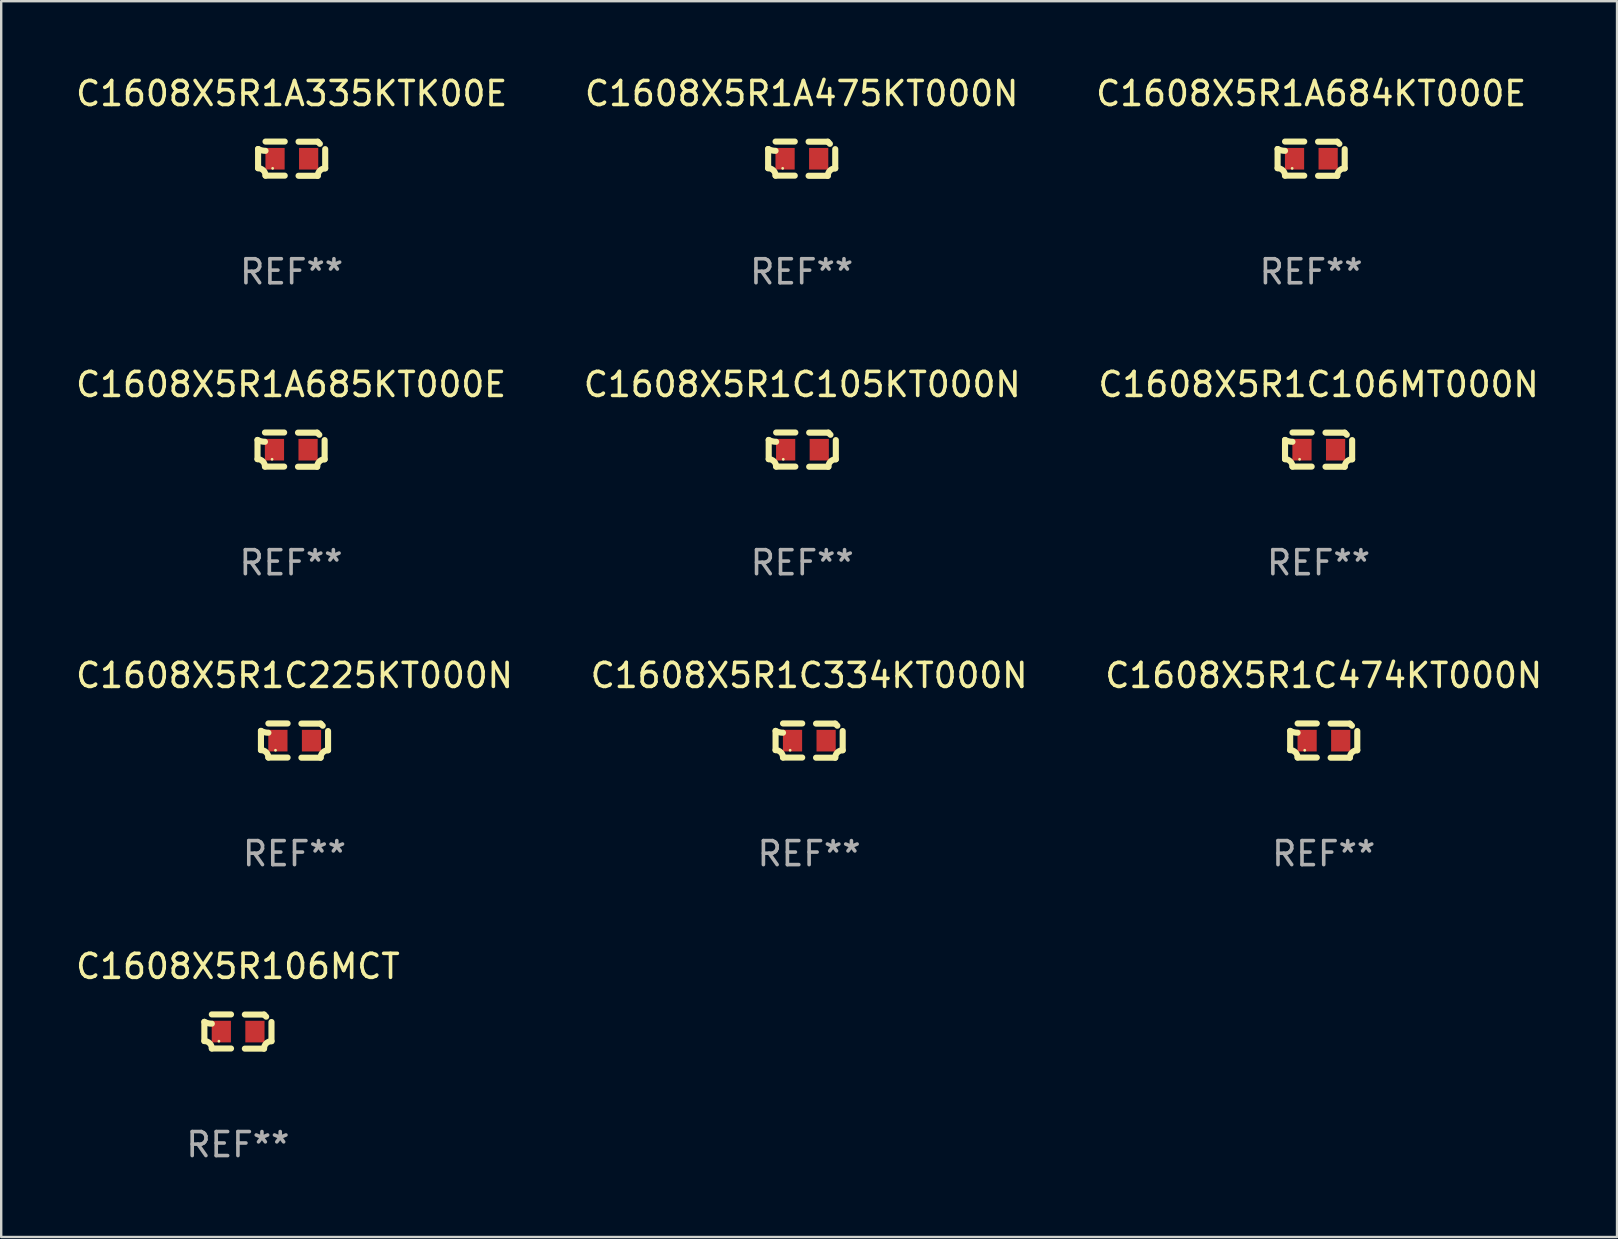
<source format=kicad_pcb>
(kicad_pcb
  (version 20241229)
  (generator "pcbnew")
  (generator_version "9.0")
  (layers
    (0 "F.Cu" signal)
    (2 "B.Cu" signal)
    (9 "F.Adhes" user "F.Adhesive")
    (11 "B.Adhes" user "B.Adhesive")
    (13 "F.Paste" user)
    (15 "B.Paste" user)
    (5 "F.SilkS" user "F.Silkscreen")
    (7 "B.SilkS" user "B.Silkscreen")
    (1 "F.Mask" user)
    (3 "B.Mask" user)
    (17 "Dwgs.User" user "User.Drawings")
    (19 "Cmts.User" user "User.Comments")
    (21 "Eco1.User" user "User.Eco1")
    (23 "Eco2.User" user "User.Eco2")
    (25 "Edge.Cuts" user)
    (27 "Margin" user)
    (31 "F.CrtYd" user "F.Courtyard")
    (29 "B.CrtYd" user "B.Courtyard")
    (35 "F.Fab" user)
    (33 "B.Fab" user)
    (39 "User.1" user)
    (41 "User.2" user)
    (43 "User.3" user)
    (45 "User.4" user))
  (footprint "C1608X5R1C474KT000N"
    (layer "F.Cu")
    (at 52.101 27.805)
    (property "Reference" "C1608X5R1C474KT000N" (at 0 -2.713 0) (layer "F.SilkS") (effects (font (size 1 1) (thickness 0.15))))
    (attr through_hole)
    (fp_line (start -1.398 -0.403) (end -1.398 0.397) (stroke (width 0.254) (type solid)) (layer "F.SilkS"))
    (fp_line (start -0.288 -0.713) (end -1.088 -0.713) (stroke (width 0.254) (type solid)) (layer "F.SilkS"))
    (fp_line (start -0.288 0.707) (end -1.088 0.707) (stroke (width 0.254) (type solid)) (layer "F.SilkS"))
    (fp_line (start 0.288 -0.707) (end 1.088 -0.707) (stroke (width 0.254) (type solid)) (layer "F.SilkS"))
    (fp_line (start 0.288 0.713) (end 1.088 0.713) (stroke (width 0.254) (type solid)) (layer "F.SilkS"))
    (fp_line (start 1.398 -0.397) (end 1.398 0.403) (stroke (width 0.254) (type solid)) (layer "F.SilkS"))
    (fp_arc (start -1.397789 0.397066) (mid -1.178701 0.487826) (end -1.08796 0.706922) (stroke (width 0.254001) (type solid)) (layer "F.SilkS"))
    (fp_arc (start -1.08796 -0.327176) (mid -1.247436 -0.346384) (end -1.39779 -0.402908) (stroke (width 0.254001) (type solid)) (layer "F.SilkS"))
    (fp_arc (start 1.087909 0.712738) (mid 1.178656 0.493655) (end 1.397739 0.402908) (stroke (width 0.254001) (type solid)) (layer "F.SilkS"))
    (fp_arc (start 1.175925 -0.618926) (mid 1.131917 -0.662923) (end 1.08791 -0.706922) (stroke (width 0.254001) (type solid)) (layer "F.SilkS"))
    (fp_circle (center -0.792 0.403) (end -0.762 0.403) (stroke (width 0.06) (type solid)) (fill no) (layer "F.SilkS"))
    (fp_text user "REF**" (at 0 4.713 0) (layer "F.Fab") (effects (font (size 1 1) (thickness 0.15))))
    (pad "1" smd rect (at -0.692 0.003) (size 0.8 0.9) (layers "F.Cu" "F.Mask" "F.Paste"))
    (pad "2" smd rect (at 0.708 0.003) (size 0.8 0.9) (layers "F.Cu" "F.Mask" "F.Paste")))
  (footprint "C1608X5R1A475KT000N"
    (layer "F.Cu")
    (at 30.351 3.561)
    (property "Reference" "C1608X5R1A475KT000N" (at 0 -2.713 0) (layer "F.SilkS") (effects (font (size 1 1) (thickness 0.15))))
    (attr through_hole)
    (fp_line (start -1.398 -0.403) (end -1.398 0.397) (stroke (width 0.254) (type solid)) (layer "F.SilkS"))
    (fp_line (start -0.288 -0.713) (end -1.088 -0.713) (stroke (width 0.254) (type solid)) (layer "F.SilkS"))
    (fp_line (start -0.288 0.707) (end -1.088 0.707) (stroke (width 0.254) (type solid)) (layer "F.SilkS"))
    (fp_line (start 0.288 -0.707) (end 1.088 -0.707) (stroke (width 0.254) (type solid)) (layer "F.SilkS"))
    (fp_line (start 0.288 0.713) (end 1.088 0.713) (stroke (width 0.254) (type solid)) (layer "F.SilkS"))
    (fp_line (start 1.398 -0.397) (end 1.398 0.403) (stroke (width 0.254) (type solid)) (layer "F.SilkS"))
    (fp_arc (start -1.397789 0.397066) (mid -1.178701 0.487826) (end -1.08796 0.706922) (stroke (width 0.254001) (type solid)) (layer "F.SilkS"))
    (fp_arc (start -1.08796 -0.327176) (mid -1.247436 -0.346384) (end -1.39779 -0.402908) (stroke (width 0.254001) (type solid)) (layer "F.SilkS"))
    (fp_arc (start 1.087909 0.712738) (mid 1.178656 0.493655) (end 1.397739 0.402908) (stroke (width 0.254001) (type solid)) (layer "F.SilkS"))
    (fp_arc (start 1.175925 -0.618926) (mid 1.131917 -0.662923) (end 1.08791 -0.706922) (stroke (width 0.254001) (type solid)) (layer "F.SilkS"))
    (fp_circle (center -0.792 0.403) (end -0.762 0.403) (stroke (width 0.06) (type solid)) (fill no) (layer "F.SilkS"))
    (fp_text user "REF**" (at 0 4.713 0) (layer "F.Fab") (effects (font (size 1 1) (thickness 0.15))))
    (pad "1" smd rect (at -0.692 0.003) (size 0.8 0.9) (layers "F.Cu" "F.Mask" "F.Paste"))
    (pad "2" smd rect (at 0.708 0.003) (size 0.8 0.9) (layers "F.Cu" "F.Mask" "F.Paste")))
  (footprint "C1608X5R1A685KT000E"
    (layer "F.Cu")
    (at 9.077 15.683)
    (property "Reference" "C1608X5R1A685KT000E" (at 0 -2.713 0) (layer "F.SilkS") (effects (font (size 1 1) (thickness 0.15))))
    (attr through_hole)
    (fp_line (start -1.398 -0.403) (end -1.398 0.397) (stroke (width 0.254) (type solid)) (layer "F.SilkS"))
    (fp_line (start -0.288 -0.713) (end -1.088 -0.713) (stroke (width 0.254) (type solid)) (layer "F.SilkS"))
    (fp_line (start -0.288 0.707) (end -1.088 0.707) (stroke (width 0.254) (type solid)) (layer "F.SilkS"))
    (fp_line (start 0.288 -0.707) (end 1.088 -0.707) (stroke (width 0.254) (type solid)) (layer "F.SilkS"))
    (fp_line (start 0.288 0.713) (end 1.088 0.713) (stroke (width 0.254) (type solid)) (layer "F.SilkS"))
    (fp_line (start 1.398 -0.397) (end 1.398 0.403) (stroke (width 0.254) (type solid)) (layer "F.SilkS"))
    (fp_arc (start -1.397789 0.397066) (mid -1.178701 0.487826) (end -1.08796 0.706922) (stroke (width 0.254001) (type solid)) (layer "F.SilkS"))
    (fp_arc (start -1.08796 -0.327176) (mid -1.247436 -0.346384) (end -1.39779 -0.402908) (stroke (width 0.254001) (type solid)) (layer "F.SilkS"))
    (fp_arc (start 1.087909 0.712738) (mid 1.178656 0.493655) (end 1.397739 0.402908) (stroke (width 0.254001) (type solid)) (layer "F.SilkS"))
    (fp_arc (start 1.175925 -0.618926) (mid 1.131917 -0.662923) (end 1.08791 -0.706922) (stroke (width 0.254001) (type solid)) (layer "F.SilkS"))
    (fp_circle (center -0.792 0.403) (end -0.762 0.403) (stroke (width 0.06) (type solid)) (fill no) (layer "F.SilkS"))
    (fp_text user "REF**" (at 0 4.713 0) (layer "F.Fab") (effects (font (size 1 1) (thickness 0.15))))
    (pad "1" smd rect (at -0.692 0.003) (size 0.8 0.9) (layers "F.Cu" "F.Mask" "F.Paste"))
    (pad "2" smd rect (at 0.708 0.003) (size 0.8 0.9) (layers "F.Cu" "F.Mask" "F.Paste")))
  (footprint "C1608X5R106MCT"
    (layer "F.Cu")
    (at 6.863 39.927)
    (property "Reference" "C1608X5R106MCT" (at 0 -2.713 0) (layer "F.SilkS") (effects (font (size 1 1) (thickness 0.15))))
    (attr through_hole)
    (fp_line (start -1.398 -0.403) (end -1.398 0.397) (stroke (width 0.254) (type solid)) (layer "F.SilkS"))
    (fp_line (start -0.288 -0.713) (end -1.088 -0.713) (stroke (width 0.254) (type solid)) (layer "F.SilkS"))
    (fp_line (start -0.288 0.707) (end -1.088 0.707) (stroke (width 0.254) (type solid)) (layer "F.SilkS"))
    (fp_line (start 0.288 -0.707) (end 1.088 -0.707) (stroke (width 0.254) (type solid)) (layer "F.SilkS"))
    (fp_line (start 0.288 0.713) (end 1.088 0.713) (stroke (width 0.254) (type solid)) (layer "F.SilkS"))
    (fp_line (start 1.398 -0.397) (end 1.398 0.403) (stroke (width 0.254) (type solid)) (layer "F.SilkS"))
    (fp_arc (start -1.397789 0.397066) (mid -1.178701 0.487826) (end -1.08796 0.706922) (stroke (width 0.254001) (type solid)) (layer "F.SilkS"))
    (fp_arc (start -1.08796 -0.327176) (mid -1.247436 -0.346384) (end -1.39779 -0.402908) (stroke (width 0.254001) (type solid)) (layer "F.SilkS"))
    (fp_arc (start 1.087909 0.712738) (mid 1.178656 0.493655) (end 1.397739 0.402908) (stroke (width 0.254001) (type solid)) (layer "F.SilkS"))
    (fp_arc (start 1.175925 -0.618926) (mid 1.131917 -0.662923) (end 1.08791 -0.706922) (stroke (width 0.254001) (type solid)) (layer "F.SilkS"))
    (fp_circle (center -0.792 0.403) (end -0.762 0.403) (stroke (width 0.06) (type solid)) (fill no) (layer "F.SilkS"))
    (fp_text user "REF**" (at 0 4.713 0) (layer "F.Fab") (effects (font (size 1 1) (thickness 0.15))))
    (pad "1" smd rect (at -0.692 0.003) (size 0.8 0.9) (layers "F.Cu" "F.Mask" "F.Paste"))
    (pad "2" smd rect (at 0.708 0.003) (size 0.8 0.9) (layers "F.Cu" "F.Mask" "F.Paste")))
  (footprint "C1608X5R1A335KTK00E"
    (layer "F.Cu")
    (at 9.101 3.561)
    (property "Reference" "C1608X5R1A335KTK00E" (at 0 -2.713 0) (layer "F.SilkS") (effects (font (size 1 1) (thickness 0.15))))
    (attr through_hole)
    (fp_line (start -1.398 -0.403) (end -1.398 0.397) (stroke (width 0.254) (type solid)) (layer "F.SilkS"))
    (fp_line (start -0.288 -0.713) (end -1.088 -0.713) (stroke (width 0.254) (type solid)) (layer "F.SilkS"))
    (fp_line (start -0.288 0.707) (end -1.088 0.707) (stroke (width 0.254) (type solid)) (layer "F.SilkS"))
    (fp_line (start 0.288 -0.707) (end 1.088 -0.707) (stroke (width 0.254) (type solid)) (layer "F.SilkS"))
    (fp_line (start 0.288 0.713) (end 1.088 0.713) (stroke (width 0.254) (type solid)) (layer "F.SilkS"))
    (fp_line (start 1.398 -0.397) (end 1.398 0.403) (stroke (width 0.254) (type solid)) (layer "F.SilkS"))
    (fp_arc (start -1.397789 0.397066) (mid -1.178701 0.487826) (end -1.08796 0.706922) (stroke (width 0.254001) (type solid)) (layer "F.SilkS"))
    (fp_arc (start -1.08796 -0.327176) (mid -1.247436 -0.346384) (end -1.39779 -0.402908) (stroke (width 0.254001) (type solid)) (layer "F.SilkS"))
    (fp_arc (start 1.087909 0.712738) (mid 1.178656 0.493655) (end 1.397739 0.402908) (stroke (width 0.254001) (type solid)) (layer "F.SilkS"))
    (fp_arc (start 1.175925 -0.618926) (mid 1.131917 -0.662923) (end 1.08791 -0.706922) (stroke (width 0.254001) (type solid)) (layer "F.SilkS"))
    (fp_circle (center -0.792 0.403) (end -0.762 0.403) (stroke (width 0.06) (type solid)) (fill no) (layer "F.SilkS"))
    (fp_text user "REF**" (at 0 4.713 0) (layer "F.Fab") (effects (font (size 1 1) (thickness 0.15))))
    (pad "1" smd rect (at -0.692 0.003) (size 0.8 0.9) (layers "F.Cu" "F.Mask" "F.Paste"))
    (pad "2" smd rect (at 0.708 0.003) (size 0.8 0.9) (layers "F.Cu" "F.Mask" "F.Paste")))
  (footprint "C1608X5R1C106MT000N"
    (layer "F.Cu")
    (at 51.887 15.683)
    (property "Reference" "C1608X5R1C106MT000N" (at 0 -2.713 0) (layer "F.SilkS") (effects (font (size 1 1) (thickness 0.15))))
    (attr through_hole)
    (fp_line (start -1.398 -0.403) (end -1.398 0.397) (stroke (width 0.254) (type solid)) (layer "F.SilkS"))
    (fp_line (start -0.288 -0.713) (end -1.088 -0.713) (stroke (width 0.254) (type solid)) (layer "F.SilkS"))
    (fp_line (start -0.288 0.707) (end -1.088 0.707) (stroke (width 0.254) (type solid)) (layer "F.SilkS"))
    (fp_line (start 0.288 -0.707) (end 1.088 -0.707) (stroke (width 0.254) (type solid)) (layer "F.SilkS"))
    (fp_line (start 0.288 0.713) (end 1.088 0.713) (stroke (width 0.254) (type solid)) (layer "F.SilkS"))
    (fp_line (start 1.398 -0.397) (end 1.398 0.403) (stroke (width 0.254) (type solid)) (layer "F.SilkS"))
    (fp_arc (start -1.397789 0.397066) (mid -1.178701 0.487826) (end -1.08796 0.706922) (stroke (width 0.254001) (type solid)) (layer "F.SilkS"))
    (fp_arc (start -1.08796 -0.327176) (mid -1.247436 -0.346384) (end -1.39779 -0.402908) (stroke (width 0.254001) (type solid)) (layer "F.SilkS"))
    (fp_arc (start 1.087909 0.712738) (mid 1.178656 0.493655) (end 1.397739 0.402908) (stroke (width 0.254001) (type solid)) (layer "F.SilkS"))
    (fp_arc (start 1.175925 -0.618926) (mid 1.131917 -0.662923) (end 1.08791 -0.706922) (stroke (width 0.254001) (type solid)) (layer "F.SilkS"))
    (fp_circle (center -0.792 0.403) (end -0.762 0.403) (stroke (width 0.06) (type solid)) (fill no) (layer "F.SilkS"))
    (fp_text user "REF**" (at 0 4.713 0) (layer "F.Fab") (effects (font (size 1 1) (thickness 0.15))))
    (pad "1" smd rect (at -0.692 0.003) (size 0.8 0.9) (layers "F.Cu" "F.Mask" "F.Paste"))
    (pad "2" smd rect (at 0.708 0.003) (size 0.8 0.9) (layers "F.Cu" "F.Mask" "F.Paste")))
  (footprint "C1608X5R1A684KT000E"
    (layer "F.Cu")
    (at 51.577 3.561)
    (property "Reference" "C1608X5R1A684KT000E" (at 0 -2.713 0) (layer "F.SilkS") (effects (font (size 1 1) (thickness 0.15))))
    (attr through_hole)
    (fp_line (start -1.398 -0.403) (end -1.398 0.397) (stroke (width 0.254) (type solid)) (layer "F.SilkS"))
    (fp_line (start -0.288 -0.713) (end -1.088 -0.713) (stroke (width 0.254) (type solid)) (layer "F.SilkS"))
    (fp_line (start -0.288 0.707) (end -1.088 0.707) (stroke (width 0.254) (type solid)) (layer "F.SilkS"))
    (fp_line (start 0.288 -0.707) (end 1.088 -0.707) (stroke (width 0.254) (type solid)) (layer "F.SilkS"))
    (fp_line (start 0.288 0.713) (end 1.088 0.713) (stroke (width 0.254) (type solid)) (layer "F.SilkS"))
    (fp_line (start 1.398 -0.397) (end 1.398 0.403) (stroke (width 0.254) (type solid)) (layer "F.SilkS"))
    (fp_arc (start -1.397789 0.397066) (mid -1.178701 0.487826) (end -1.08796 0.706922) (stroke (width 0.254001) (type solid)) (layer "F.SilkS"))
    (fp_arc (start -1.08796 -0.327176) (mid -1.247436 -0.346384) (end -1.39779 -0.402908) (stroke (width 0.254001) (type solid)) (layer "F.SilkS"))
    (fp_arc (start 1.087909 0.712738) (mid 1.178656 0.493655) (end 1.397739 0.402908) (stroke (width 0.254001) (type solid)) (layer "F.SilkS"))
    (fp_arc (start 1.175925 -0.618926) (mid 1.131917 -0.662923) (end 1.08791 -0.706922) (stroke (width 0.254001) (type solid)) (layer "F.SilkS"))
    (fp_circle (center -0.792 0.403) (end -0.762 0.403) (stroke (width 0.06) (type solid)) (fill no) (layer "F.SilkS"))
    (fp_text user "REF**" (at 0 4.713 0) (layer "F.Fab") (effects (font (size 1 1) (thickness 0.15))))
    (pad "1" smd rect (at -0.692 0.003) (size 0.8 0.9) (layers "F.Cu" "F.Mask" "F.Paste"))
    (pad "2" smd rect (at 0.708 0.003) (size 0.8 0.9) (layers "F.Cu" "F.Mask" "F.Paste")))
  (footprint "C1608X5R1C225KT000N"
    (layer "F.Cu")
    (at 9.22 27.805)
    (property "Reference" "C1608X5R1C225KT000N" (at 0 -2.713 0) (layer "F.SilkS") (effects (font (size 1 1) (thickness 0.15))))
    (attr through_hole)
    (fp_line (start -1.398 -0.403) (end -1.398 0.397) (stroke (width 0.254) (type solid)) (layer "F.SilkS"))
    (fp_line (start -0.288 -0.713) (end -1.088 -0.713) (stroke (width 0.254) (type solid)) (layer "F.SilkS"))
    (fp_line (start -0.288 0.707) (end -1.088 0.707) (stroke (width 0.254) (type solid)) (layer "F.SilkS"))
    (fp_line (start 0.288 -0.707) (end 1.088 -0.707) (stroke (width 0.254) (type solid)) (layer "F.SilkS"))
    (fp_line (start 0.288 0.713) (end 1.088 0.713) (stroke (width 0.254) (type solid)) (layer "F.SilkS"))
    (fp_line (start 1.398 -0.397) (end 1.398 0.403) (stroke (width 0.254) (type solid)) (layer "F.SilkS"))
    (fp_arc (start -1.397789 0.397066) (mid -1.178701 0.487826) (end -1.08796 0.706922) (stroke (width 0.254001) (type solid)) (layer "F.SilkS"))
    (fp_arc (start -1.08796 -0.327176) (mid -1.247436 -0.346384) (end -1.39779 -0.402908) (stroke (width 0.254001) (type solid)) (layer "F.SilkS"))
    (fp_arc (start 1.087909 0.712738) (mid 1.178656 0.493655) (end 1.397739 0.402908) (stroke (width 0.254001) (type solid)) (layer "F.SilkS"))
    (fp_arc (start 1.175925 -0.618926) (mid 1.131917 -0.662923) (end 1.08791 -0.706922) (stroke (width 0.254001) (type solid)) (layer "F.SilkS"))
    (fp_circle (center -0.792 0.403) (end -0.762 0.403) (stroke (width 0.06) (type solid)) (fill no) (layer "F.SilkS"))
    (fp_text user "REF**" (at 0 4.713 0) (layer "F.Fab") (effects (font (size 1 1) (thickness 0.15))))
    (pad "1" smd rect (at -0.692 0.003) (size 0.8 0.9) (layers "F.Cu" "F.Mask" "F.Paste"))
    (pad "2" smd rect (at 0.708 0.003) (size 0.8 0.9) (layers "F.Cu" "F.Mask" "F.Paste")))
  (footprint "C1608X5R1C334KT000N"
    (layer "F.Cu")
    (at 30.661 27.805)
    (property "Reference" "C1608X5R1C334KT000N" (at 0 -2.713 0) (layer "F.SilkS") (effects (font (size 1 1) (thickness 0.15))))
    (attr through_hole)
    (fp_line (start -1.398 -0.403) (end -1.398 0.397) (stroke (width 0.254) (type solid)) (layer "F.SilkS"))
    (fp_line (start -0.288 -0.713) (end -1.088 -0.713) (stroke (width 0.254) (type solid)) (layer "F.SilkS"))
    (fp_line (start -0.288 0.707) (end -1.088 0.707) (stroke (width 0.254) (type solid)) (layer "F.SilkS"))
    (fp_line (start 0.288 -0.707) (end 1.088 -0.707) (stroke (width 0.254) (type solid)) (layer "F.SilkS"))
    (fp_line (start 0.288 0.713) (end 1.088 0.713) (stroke (width 0.254) (type solid)) (layer "F.SilkS"))
    (fp_line (start 1.398 -0.397) (end 1.398 0.403) (stroke (width 0.254) (type solid)) (layer "F.SilkS"))
    (fp_arc (start -1.397789 0.397066) (mid -1.178701 0.487826) (end -1.08796 0.706922) (stroke (width 0.254001) (type solid)) (layer "F.SilkS"))
    (fp_arc (start -1.08796 -0.327176) (mid -1.247436 -0.346384) (end -1.39779 -0.402908) (stroke (width 0.254001) (type solid)) (layer "F.SilkS"))
    (fp_arc (start 1.087909 0.712738) (mid 1.178656 0.493655) (end 1.397739 0.402908) (stroke (width 0.254001) (type solid)) (layer "F.SilkS"))
    (fp_arc (start 1.175925 -0.618926) (mid 1.131917 -0.662923) (end 1.08791 -0.706922) (stroke (width 0.254001) (type solid)) (layer "F.SilkS"))
    (fp_circle (center -0.792 0.403) (end -0.762 0.403) (stroke (width 0.06) (type solid)) (fill no) (layer "F.SilkS"))
    (fp_text user "REF**" (at 0 4.713 0) (layer "F.Fab") (effects (font (size 1 1) (thickness 0.15))))
    (pad "1" smd rect (at -0.692 0.003) (size 0.8 0.9) (layers "F.Cu" "F.Mask" "F.Paste"))
    (pad "2" smd rect (at 0.708 0.003) (size 0.8 0.9) (layers "F.Cu" "F.Mask" "F.Paste")))
  (footprint "C1608X5R1C105KT000N"
    (layer "F.Cu")
    (at 30.375 15.683)
    (property "Reference" "C1608X5R1C105KT000N" (at 0 -2.713 0) (layer "F.SilkS") (effects (font (size 1 1) (thickness 0.15))))
    (attr through_hole)
    (fp_line (start -1.398 -0.403) (end -1.398 0.397) (stroke (width 0.254) (type solid)) (layer "F.SilkS"))
    (fp_line (start -0.288 -0.713) (end -1.088 -0.713) (stroke (width 0.254) (type solid)) (layer "F.SilkS"))
    (fp_line (start -0.288 0.707) (end -1.088 0.707) (stroke (width 0.254) (type solid)) (layer "F.SilkS"))
    (fp_line (start 0.288 -0.707) (end 1.088 -0.707) (stroke (width 0.254) (type solid)) (layer "F.SilkS"))
    (fp_line (start 0.288 0.713) (end 1.088 0.713) (stroke (width 0.254) (type solid)) (layer "F.SilkS"))
    (fp_line (start 1.398 -0.397) (end 1.398 0.403) (stroke (width 0.254) (type solid)) (layer "F.SilkS"))
    (fp_arc (start -1.397789 0.397066) (mid -1.178701 0.487826) (end -1.08796 0.706922) (stroke (width 0.254001) (type solid)) (layer "F.SilkS"))
    (fp_arc (start -1.08796 -0.327176) (mid -1.247436 -0.346384) (end -1.39779 -0.402908) (stroke (width 0.254001) (type solid)) (layer "F.SilkS"))
    (fp_arc (start 1.087909 0.712738) (mid 1.178656 0.493655) (end 1.397739 0.402908) (stroke (width 0.254001) (type solid)) (layer "F.SilkS"))
    (fp_arc (start 1.175925 -0.618926) (mid 1.131917 -0.662923) (end 1.08791 -0.706922) (stroke (width 0.254001) (type solid)) (layer "F.SilkS"))
    (fp_circle (center -0.792 0.403) (end -0.762 0.403) (stroke (width 0.06) (type solid)) (fill no) (layer "F.SilkS"))
    (fp_text user "REF**" (at 0 4.713 0) (layer "F.Fab") (effects (font (size 1 1) (thickness 0.15))))
    (pad "1" smd rect (at -0.692 0.003) (size 0.8 0.9) (layers "F.Cu" "F.Mask" "F.Paste"))
    (pad "2" smd rect (at 0.708 0.003) (size 0.8 0.9) (layers "F.Cu" "F.Mask" "F.Paste")))
  (gr_rect
    (start -3 -3)
    (end 64.321 48.488)
    (stroke (width 0.1) (type default))
    (fill no)
    (layer "Edge.Cuts")))
</source>
